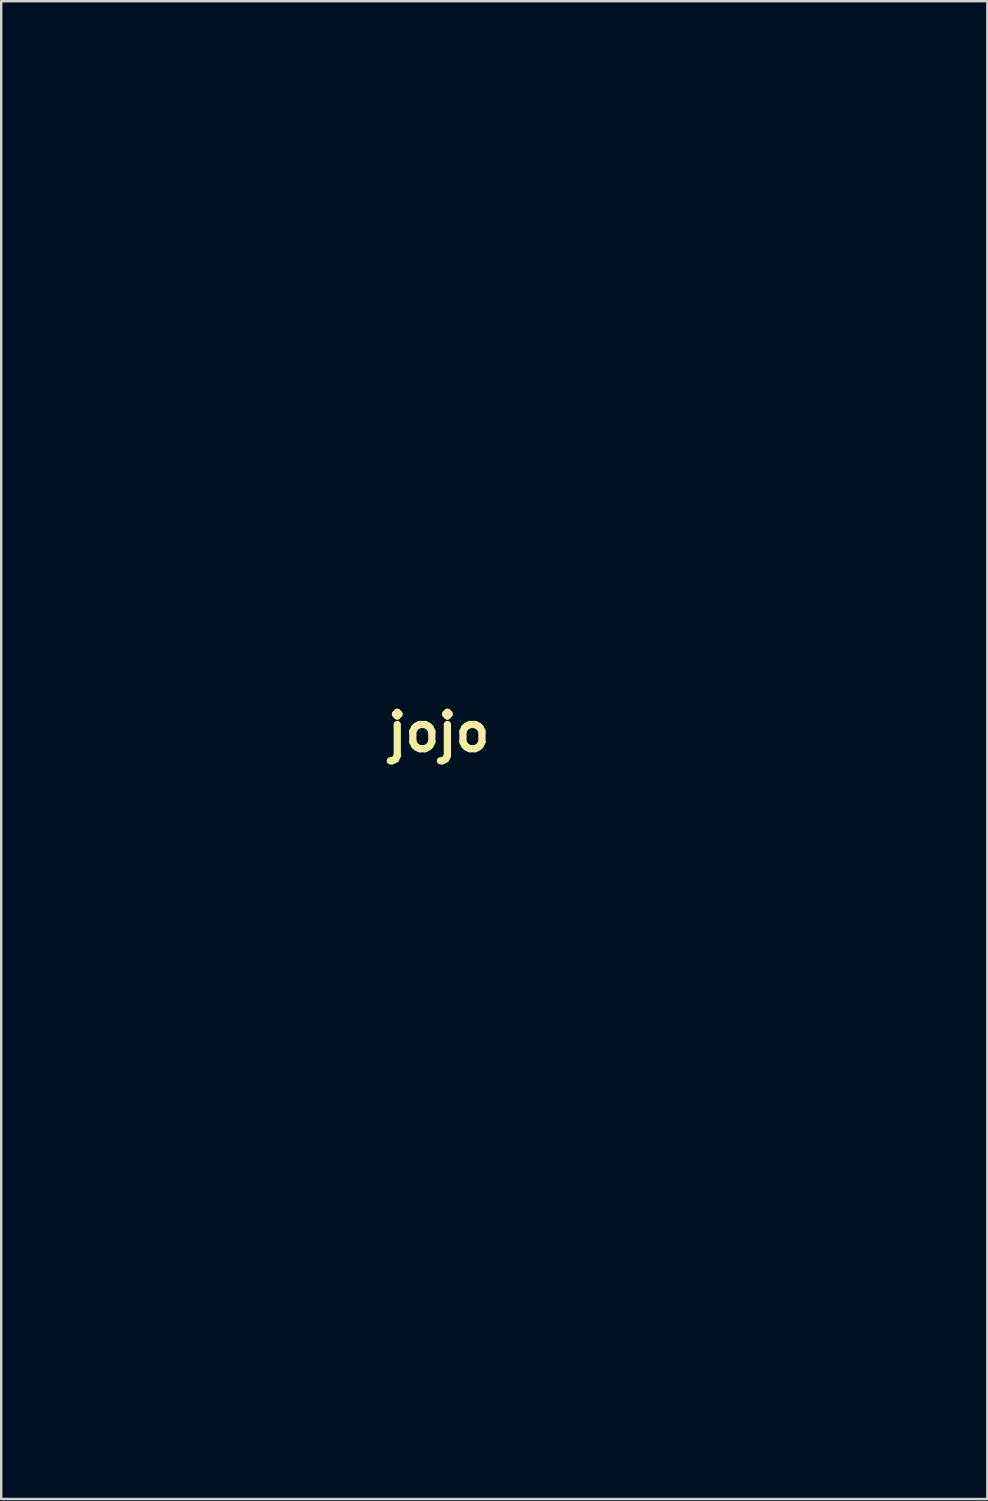
<source format=kicad_pcb>
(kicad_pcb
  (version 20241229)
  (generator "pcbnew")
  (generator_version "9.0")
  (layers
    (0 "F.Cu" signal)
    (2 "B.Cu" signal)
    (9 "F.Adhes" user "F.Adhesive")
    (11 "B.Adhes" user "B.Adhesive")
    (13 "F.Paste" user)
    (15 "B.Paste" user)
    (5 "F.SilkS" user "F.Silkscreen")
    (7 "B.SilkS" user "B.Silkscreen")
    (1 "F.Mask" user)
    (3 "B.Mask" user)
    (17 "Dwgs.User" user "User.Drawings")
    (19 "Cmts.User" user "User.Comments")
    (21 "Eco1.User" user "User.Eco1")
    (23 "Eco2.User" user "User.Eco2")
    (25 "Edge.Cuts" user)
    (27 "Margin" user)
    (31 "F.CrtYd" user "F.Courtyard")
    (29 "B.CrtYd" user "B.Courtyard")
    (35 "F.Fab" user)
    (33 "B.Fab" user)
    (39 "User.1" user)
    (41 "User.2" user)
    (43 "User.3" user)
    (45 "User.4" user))
  (footprint "jojo"
    (layer "F.Cu")
    (at 15.076 27.203)
    (property "Reference" "jojo" (at 0 0 0) (layer "F.SilkS") (effects (font (size 1.5 1.5) (thickness 0.3))))
    (attr board_only exclude_from_pos_files exclude_from_bom)
    (fp_poly (pts (xy 0.819 -9.013) (xy 0.819 -8.521) (xy -0.41 -8.521) (xy -1.639 -8.521) (xy -1.639 -9.013) (xy -1.639 -9.505) (xy -0.41 -9.505) (xy 0.819 -9.505)) (stroke (width 0) (type solid)) (fill yes) (layer "F.Mask"))
    (fp_poly (pts (xy -6.315 -9.427) (xy -6.23 -9.14) (xy -6.227 -9.013) (xy -6.279 -8.653) (xy -6.47 -8.526) (xy -6.555 -8.521) (xy -6.795 -8.599) (xy -6.879 -8.886) (xy -6.883 -9.013) (xy -6.831 -9.373) (xy -6.639 -9.499) (xy -6.555 -9.505)) (stroke (width 0) (type solid)) (fill yes) (layer "F.Mask"))
    (fp_poly (pts (xy 0.722 1.215) (xy 0.818 1.481) (xy 0.819 1.557) (xy 0.752 1.869) (xy 0.485 1.965) (xy 0.41 1.966) (xy 0.098 1.899) (xy 0.002 1.632) (xy 0 1.557) (xy 0.068 1.245) (xy 0.334 1.149) (xy 0.41 1.147)) (stroke (width 0) (type solid)) (fill yes) (layer "F.Mask"))
    (fp_poly (pts (xy 13.38 -27.192) (xy 13.649 -27.136) (xy 13.75 -26.998) (xy 13.765 -26.793) (xy 13.833 -26.481) (xy 14.099 -26.385) (xy 14.175 -26.383) (xy 14.468 -26.33) (xy 14.575 -26.105) (xy 14.585 -25.892) (xy 14.606 -25.589) (xy 14.729 -25.446) (xy 15.044 -25.403) (xy 15.322 -25.4) (xy 15.775 -25.386) (xy 15.99 -25.303) (xy 16.055 -25.094) (xy 16.059 -24.908) (xy 16.103 -24.557) (xy 16.291 -24.429) (xy 16.469 -24.417) (xy 16.879 -24.417) (xy 16.879 -22.45) (xy 16.879 -20.484) (xy 16.469 -20.484) (xy 16.059 -20.484) (xy 16.059 -17.452) (xy 16.058 -16.387) (xy 16.05 -15.606) (xy 16.032 -15.065) (xy 15.998 -14.719) (xy 15.943 -14.526) (xy 15.864 -14.441) (xy 15.754 -14.421) (xy 15.732 -14.421) (xy 15.475 -14.325) (xy 15.404 -14.011) (xy 15.336 -13.699) (xy 15.07 -13.603) (xy 14.994 -13.601) (xy 14.682 -13.534) (xy 14.586 -13.267) (xy 14.585 -13.192) (xy 14.517 -12.88) (xy 14.25 -12.784) (xy 14.175 -12.782) (xy 13.932 -12.755) (xy 13.81 -12.62) (xy 13.769 -12.291) (xy 13.765 -11.963) (xy 13.765 -11.143) (xy 12.454 -11.143) (xy 11.143 -11.143) (xy 11.143 -9.423) (xy 11.143 -7.702) (xy 10.652 -7.702) (xy 10.361 -7.684) (xy 10.215 -7.574) (xy 10.166 -7.287) (xy 10.16 -6.883) (xy 10.143 -6.391) (xy 10.07 -6.146) (xy 9.908 -6.067) (xy 9.832 -6.063) (xy 9.606 -5.999) (xy 9.515 -5.749) (xy 9.505 -5.49) (xy 9.505 -4.916) (xy 10.734 -4.916) (xy 11.963 -4.916) (xy 11.963 -5.49) (xy 11.993 -5.878) (xy 12.131 -6.036) (xy 12.372 -6.063) (xy 12.684 -6.131) (xy 12.78 -6.397) (xy 12.782 -6.473) (xy 12.835 -6.766) (xy 13.06 -6.873) (xy 13.274 -6.883) (xy 13.765 -6.883) (xy 13.765 -8.521) (xy 13.765 -10.16) (xy 14.175 -10.16) (xy 14.585 -10.16) (xy 14.585 -9.341) (xy 14.585 -8.521) (xy 15.322 -8.521) (xy 16.059 -8.521) (xy 16.059 -9.341) (xy 16.059 -10.16) (xy 16.879 -10.16) (xy 16.879 -9.668) (xy 16.919 -9.32) (xy 17.111 -9.192) (xy 17.37 -9.177) (xy 17.73 -9.125) (xy 17.857 -8.934) (xy 17.862 -8.849) (xy 17.939 -8.609) (xy 18.227 -8.525) (xy 18.354 -8.521) (xy 18.645 -8.539) (xy 18.79 -8.649) (xy 18.84 -8.936) (xy 18.845 -9.341) (xy 18.845 -10.16) (xy 17.862 -10.16) (xy 16.879 -10.16) (xy 16.059 -10.16) (xy 15.322 -10.16) (xy 14.585 -10.16) (xy 14.175 -10.16) (xy 14.468 -10.213) (xy 14.575 -10.438) (xy 14.585 -10.652) (xy 14.585 -11.143) (xy 16.715 -11.143) (xy 18.845 -11.143) (xy 18.845 -10.652) (xy 18.889 -10.3) (xy 19.077 -10.172) (xy 19.255 -10.16) (xy 19.665 -10.16) (xy 19.665 -7.538) (xy 19.665 -4.916) (xy 19.255 -4.916) (xy 18.934 -4.839) (xy 18.845 -4.588) (xy 18.768 -4.348) (xy 18.48 -4.264) (xy 18.354 -4.261) (xy 18.002 -4.217) (xy 17.874 -4.029) (xy 17.862 -3.851) (xy 17.839 -3.616) (xy 17.715 -3.494) (xy 17.411 -3.448) (xy 16.961 -3.441) (xy 16.444 -3.431) (xy 16.176 -3.374) (xy 16.074 -3.236) (xy 16.059 -3.032) (xy 15.983 -2.71) (xy 15.732 -2.622) (xy 15.475 -2.526) (xy 15.404 -2.212) (xy 15.377 -1.969) (xy 15.242 -1.848) (xy 14.913 -1.806) (xy 14.585 -1.803) (xy 14.098 -1.789) (xy 13.856 -1.722) (xy 13.773 -1.557) (xy 13.765 -1.393) (xy 13.712 -1.1) (xy 13.487 -0.993) (xy 13.274 -0.983) (xy 12.925 -0.943) (xy 12.797 -0.751) (xy 12.782 -0.492) (xy 12.764 -0.201) (xy 12.654 -0.055) (xy 12.367 -0.006) (xy 11.963 0) (xy 11.476 0.013) (xy 11.234 0.081) (xy 11.151 0.245) (xy 11.143 0.41) (xy 11.113 0.662) (xy 10.962 0.782) (xy 10.605 0.818) (xy 10.406 0.819) (xy 9.966 0.852) (xy 9.702 0.934) (xy 9.668 0.983) (xy 9.521 1.077) (xy 9.144 1.136) (xy 8.849 1.147) (xy 8.35 1.168) (xy 8.101 1.248) (xy 8.028 1.413) (xy 8.027 1.434) (xy 7.983 1.828) (xy 7.926 2.089) (xy 7.903 2.36) (xy 8.094 2.452) (xy 8.256 2.458) (xy 8.587 2.528) (xy 8.685 2.773) (xy 8.685 2.786) (xy 8.733 2.991) (xy 8.934 3.087) (xy 9.37 3.113) (xy 9.423 3.114) (xy 9.876 3.128) (xy 10.091 3.21) (xy 10.156 3.42) (xy 10.16 3.605) (xy 10.175 3.886) (xy 10.274 4.032) (xy 10.538 4.088) (xy 11.048 4.097) (xy 11.061 4.097) (xy 11.963 4.097) (xy 11.963 4.67) (xy 11.993 5.058) (xy 12.131 5.217) (xy 12.372 5.244) (xy 12.694 5.321) (xy 12.782 5.572) (xy 12.859 5.812) (xy 13.147 5.896) (xy 13.274 5.899) (xy 13.565 5.917) (xy 13.71 6.027) (xy 13.76 6.314) (xy 13.765 6.719) (xy 13.778 7.205) (xy 13.846 7.448) (xy 14.01 7.53) (xy 14.175 7.538) (xy 14.378 7.552) (xy 14.5 7.639) (xy 14.561 7.864) (xy 14.582 8.297) (xy 14.585 8.849) (xy 14.58 9.499) (xy 14.553 9.889) (xy 14.483 10.084) (xy 14.347 10.152) (xy 14.175 10.16) (xy 13.863 10.228) (xy 13.767 10.494) (xy 13.765 10.57) (xy 13.712 10.862) (xy 13.487 10.97) (xy 13.274 10.979) (xy 12.922 11.023) (xy 12.794 11.211) (xy 12.782 11.389) (xy 12.714 11.701) (xy 12.448 11.797) (xy 12.372 11.799) (xy 12.06 11.866) (xy 11.964 12.133) (xy 11.963 12.208) (xy 11.932 12.461) (xy 11.782 12.581) (xy 11.424 12.617) (xy 11.225 12.618) (xy 10.488 12.618) (xy 10.488 14.339) (xy 10.488 16.059) (xy 10.897 16.059) (xy 11.307 16.059) (xy 11.307 18.354) (xy 11.307 20.648) (xy 10.897 20.648) (xy 10.645 20.678) (xy 10.525 20.829) (xy 10.489 21.186) (xy 10.488 21.385) (xy 10.471 21.84) (xy 10.387 22.056) (xy 10.189 22.12) (xy 10.078 22.123) (xy 9.843 22.099) (xy 9.721 21.976) (xy 9.675 21.671) (xy 9.668 21.221) (xy 9.668 20.32) (xy 8.767 20.32) (xy 8.252 20.312) (xy 7.984 20.258) (xy 7.882 20.113) (xy 7.866 19.829) (xy 7.866 19.806) (xy 7.866 19.292) (xy 7.106 19.396) (xy 6.502 19.462) (xy 5.93 19.498) (xy 5.795 19.501) (xy 5.425 19.528) (xy 5.274 19.675) (xy 5.244 20.044) (xy 5.244 20.074) (xy 5.274 20.462) (xy 5.412 20.621) (xy 5.654 20.648) (xy 5.906 20.678) (xy 6.026 20.829) (xy 6.062 21.186) (xy 6.063 21.385) (xy 6.08 21.84) (xy 6.164 22.056) (xy 6.362 22.12) (xy 6.473 22.123) (xy 6.716 22.149) (xy 6.837 22.285) (xy 6.879 22.613) (xy 6.883 22.942) (xy 6.883 23.761) (xy 9.095 23.761) (xy 11.307 23.761) (xy 11.307 24.253) (xy 11.333 24.568) (xy 11.473 24.708) (xy 11.822 24.744) (xy 11.963 24.745) (xy 12.382 24.762) (xy 12.569 24.869) (xy 12.617 25.149) (xy 12.618 25.318) (xy 12.598 25.685) (xy 12.476 25.848) (xy 12.156 25.89) (xy 11.963 25.892) (xy 11.534 25.919) (xy 11.344 26.03) (xy 11.307 26.219) (xy 11.264 26.416) (xy 11.081 26.514) (xy 10.677 26.546) (xy 10.488 26.547) (xy 10.003 26.558) (xy 9.761 26.624) (xy 9.678 26.796) (xy 9.668 27.039) (xy 9.668 27.53) (xy 7.866 27.53) (xy 6.063 27.53) (xy 6.063 27.039) (xy 6.019 26.687) (xy 5.832 26.559) (xy 5.654 26.547) (xy 5.361 26.6) (xy 5.254 26.825) (xy 5.244 27.039) (xy 5.226 27.33) (xy 5.116 27.475) (xy 4.829 27.525) (xy 4.425 27.53) (xy 3.939 27.52) (xy 3.698 27.454) (xy 3.614 27.281) (xy 3.605 27.039) (xy 3.561 26.687) (xy 3.374 26.559) (xy 3.195 26.547) (xy 2.874 26.47) (xy 2.786 26.219) (xy 2.766 26.079) (xy 2.669 25.985) (xy 2.44 25.929) (xy 2.022 25.902) (xy 1.362 25.892) (xy 0.901 25.892) (xy -0.983 25.892) (xy -0.983 25.318) (xy 9.668 25.318) (xy 9.699 25.706) (xy 9.837 25.865) (xy 10.078 25.892) (xy 10.355 25.849) (xy 10.469 25.656) (xy 10.488 25.318) (xy 10.457 24.93) (xy 10.319 24.771) (xy 10.078 24.745) (xy 9.801 24.787) (xy 9.688 24.98) (xy 9.668 25.318) (xy -0.983 25.318) (xy -0.956 24.933) (xy -0.817 24.775) (xy -0.492 24.745) (xy -0.143 24.704) (xy -0.015 24.512) (xy 0 24.253) (xy 0.044 23.902) (xy 0.232 23.773) (xy 0.41 23.761) (xy 0.731 23.684) (xy 0.819 23.434) (xy 0.935 23.16) (xy 1.147 23.106) (xy 1.387 23.029) (xy 1.471 22.741) (xy 1.475 22.614) (xy 1.501 22.299) (xy 1.641 22.159) (xy 1.99 22.123) (xy 2.13 22.123) (xy 2.553 22.1) (xy 2.74 21.995) (xy 2.786 21.749) (xy 2.786 21.713) (xy 2.75 21.449) (xy 2.581 21.332) (xy 2.187 21.303) (xy 2.13 21.303) (xy 1.701 21.276) (xy 1.512 21.165) (xy 1.475 20.975) (xy 1.442 20.798) (xy 1.294 20.699) (xy 0.959 20.657) (xy 0.41 20.648) (xy -0.655 20.648) (xy -0.655 21.303) (xy -0.678 21.726) (xy -0.783 21.913) (xy -1.029 21.958) (xy -1.065 21.959) (xy -1.342 22.002) (xy -1.456 22.194) (xy -1.475 22.532) (xy -1.475 23.106) (xy -2.622 23.106) (xy -3.769 23.106) (xy -3.769 24.499) (xy -3.775 25.176) (xy -3.803 25.59) (xy -3.869 25.804) (xy -3.987 25.883) (xy -4.097 25.892) (xy -4.293 25.935) (xy -4.391 26.118) (xy -4.423 26.521) (xy -4.425 26.711) (xy -4.435 27.196) (xy -4.501 27.438) (xy -4.673 27.521) (xy -4.916 27.53) (xy -5.246 27.562) (xy -5.382 27.724) (xy -5.408 28.104) (xy -5.408 28.677) (xy -8.03 28.677) (xy -10.652 28.677) (xy -10.652 28.104) (xy -10.682 27.716) (xy -10.82 27.557) (xy -11.061 27.53) (xy -11.26 27.518) (xy -11.381 27.436) (xy -11.444 27.221) (xy -11.467 26.807) (xy -11.471 26.219) (xy -9.668 26.219) (xy -9.629 26.409) (xy -9.46 26.507) (xy -9.083 26.544) (xy -8.767 26.547) (xy -8.246 26.533) (xy -7.975 26.471) (xy -7.875 26.334) (xy -7.866 26.219) (xy -7.905 26.03) (xy -8.074 25.931) (xy -8.451 25.895) (xy -8.767 25.892) (xy -9.288 25.906) (xy -9.559 25.967) (xy -9.659 26.104) (xy -9.668 26.219) (xy -11.471 26.219) (xy -11.471 26.137) (xy -11.467 25.463) (xy -11.443 25.051) (xy -11.38 24.838) (xy -11.258 24.757) (xy -11.061 24.745) (xy -10.769 24.692) (xy -10.661 24.467) (xy -10.652 24.253) (xy -10.696 23.902) (xy -10.883 23.773) (xy -11.061 23.761) (xy -11.383 23.684) (xy -11.471 23.434) (xy -11.514 23.237) (xy -11.697 23.139) (xy -12.101 23.107) (xy -12.29 23.106) (xy -12.775 23.095) (xy -13.017 23.029) (xy -13.1 22.857) (xy -13.11 22.614) (xy -13.142 22.284) (xy -13.304 22.148) (xy -13.683 22.123) (xy -14.257 22.123) (xy -14.257 21.385) (xy -9.668 21.385) (xy -9.647 21.846) (xy -9.558 22.064) (xy -9.364 22.122) (xy -9.341 22.123) (xy -9.084 22.027) (xy -9.013 21.713) (xy -8.97 21.436) (xy -8.777 21.322) (xy -8.439 21.303) (xy -7.866 21.303) (xy -7.866 20.402) (xy -7.858 19.887) (xy -7.803 19.618) (xy -7.66 19.517) (xy -7.382 19.501) (xy -7.374 19.501) (xy -3.769 19.501) (xy -3.769 20.73) (xy -3.769 21.959) (xy -3.032 21.959) (xy -2.294 21.959) (xy -2.294 20.73) (xy -2.294 19.501) (xy -3.032 19.501) (xy -3.769 19.501) (xy -7.374 19.501) (xy -7.026 19.46) (xy -6.898 19.269) (xy -6.883 19.009) (xy -6.883 18.517) (xy -7.948 18.517) (xy -9.013 18.517) (xy -9.013 19.583) (xy -9.023 20.159) (xy -9.069 20.48) (xy -9.172 20.619) (xy -9.341 20.648) (xy -9.545 20.696) (xy -9.642 20.896) (xy -9.668 21.332) (xy -9.668 21.385) (xy -14.257 21.385) (xy -14.257 19.91) (xy -14.257 18.108) (xy -2.458 18.108) (xy -2.39 18.42) (xy -2.124 18.516) (xy -2.048 18.517) (xy -1.756 18.57) (xy -1.648 18.795) (xy -1.639 19.009) (xy -1.639 19.501) (xy -0.41 19.501) (xy 0.819 19.501) (xy 0.819 18.517) (xy 5.244 18.517) (xy 6.063 18.517) (xy 6.55 18.504) (xy 6.792 18.436) (xy 6.875 18.272) (xy 6.883 18.108) (xy 6.895 17.909) (xy 6.977 17.788) (xy 7.192 17.725) (xy 7.606 17.702) (xy 8.275 17.698) (xy 8.95 17.694) (xy 9.362 17.67) (xy 9.575 17.607) (xy 9.656 17.485) (xy 9.668 17.288) (xy 9.601 16.977) (xy 9.334 16.88) (xy 9.259 16.879) (xy 8.849 16.879) (xy 8.849 15.076) (xy 8.849 13.274) (xy 8.439 13.274) (xy 8.231 13.258) (xy 8.109 13.166) (xy 8.05 12.929) (xy 8.031 12.476) (xy 8.03 12.045) (xy 8.03 10.815) (xy 7.456 10.815) (xy 7.068 10.846) (xy 6.909 10.984) (xy 6.883 11.225) (xy 6.815 11.537) (xy 6.548 11.633) (xy 6.473 11.635) (xy 6.23 11.661) (xy 6.108 11.797) (xy 6.067 12.125) (xy 6.063 12.454) (xy 6.05 12.94) (xy 5.982 13.183) (xy 5.818 13.266) (xy 5.654 13.274) (xy 5.244 13.274) (xy 5.244 15.895) (xy 5.244 18.517) (xy 0.819 18.517) (xy 0.819 16.387) (xy 0.821 15.306) (xy 0.828 14.509) (xy 0.846 13.953) (xy 0.878 13.595) (xy 0.931 13.391) (xy 1.007 13.299) (xy 1.112 13.274) (xy 1.147 13.274) (xy 1.296 13.251) (xy 1.392 13.144) (xy 1.445 12.893) (xy 1.469 12.439) (xy 1.475 11.723) (xy 1.475 11.635) (xy 1.47 10.889) (xy 1.449 10.412) (xy 1.399 10.143) (xy 1.308 10.024) (xy 1.165 9.996) (xy 1.147 9.996) (xy 0.98 10.025) (xy 0.881 10.158) (xy 0.834 10.461) (xy 0.82 11.004) (xy 0.819 11.225) (xy 0.814 11.85) (xy 0.784 12.217) (xy 0.704 12.394) (xy 0.554 12.45) (xy 0.41 12.454) (xy 0.167 12.481) (xy 0.045 12.616) (xy 0.004 12.945) (xy 0 13.274) (xy -0.011 13.759) (xy -0.077 14) (xy -0.249 14.084) (xy -0.492 14.093) (xy -0.822 14.125) (xy -0.957 14.287) (xy -0.983 14.666) (xy -1.02 15.062) (xy -1.163 15.221) (xy -1.311 15.24) (xy -1.479 15.269) (xy -1.577 15.401) (xy -1.624 15.705) (xy -1.638 16.248) (xy -1.639 16.469) (xy -1.644 17.094) (xy -1.674 17.461) (xy -1.754 17.637) (xy -1.904 17.694) (xy -2.048 17.698) (xy -2.36 17.766) (xy -2.456 18.032) (xy -2.458 18.108) (xy -14.257 18.108) (xy -14.257 17.698) (xy -13.683 17.698) (xy -13.11 17.698) (xy -13.11 17.288) (xy -9.013 17.288) (xy -8.994 17.509) (xy -8.889 17.631) (xy -8.623 17.685) (xy -8.122 17.698) (xy -7.948 17.698) (xy -6.883 17.698) (xy -6.883 16.469) (xy -6.875 15.841) (xy -6.84 15.472) (xy -6.759 15.295) (xy -6.614 15.242) (xy -6.555 15.24) (xy -6.329 15.176) (xy -6.238 14.925) (xy -6.227 14.666) (xy -6.196 14.279) (xy -6.059 14.12) (xy -5.817 14.093) (xy -5.574 14.066) (xy -5.453 13.931) (xy -5.412 13.602) (xy -5.408 13.274) (xy -5.397 12.789) (xy -5.331 12.547) (xy -5.159 12.463) (xy -4.916 12.454) (xy -4.425 12.454) (xy -4.425 9.832) (xy -4.425 7.21) (xy -4.916 7.21) (xy -5.207 7.228) (xy -5.352 7.338) (xy -5.402 7.625) (xy -5.408 8.03) (xy -5.421 8.516) (xy -5.489 8.759) (xy -5.653 8.841) (xy -5.817 8.849) (xy -6.044 8.87) (xy -6.167 8.984) (xy -6.217 9.267) (xy -6.227 9.798) (xy -6.227 9.832) (xy -6.239 10.381) (xy -6.292 10.678) (xy -6.41 10.797) (xy -6.555 10.815) (xy -6.722 10.845) (xy -6.821 10.977) (xy -6.868 11.28) (xy -6.882 11.823) (xy -6.883 12.045) (xy -6.883 13.274) (xy -7.374 13.274) (xy -7.866 13.274) (xy -7.866 15.076) (xy -7.866 16.879) (xy -8.439 16.879) (xy -8.827 16.909) (xy -8.986 17.047) (xy -9.013 17.288) (xy -13.11 17.288) (xy -13.11 16.469) (xy -13.105 15.844) (xy -13.074 15.477) (xy -12.995 15.301) (xy -12.844 15.245) (xy -12.7 15.24) (xy -12.473 15.219) (xy -12.35 15.105) (xy -12.3 14.822) (xy -12.29 14.291) (xy -12.29 14.257) (xy -12.282 13.712) (xy -12.234 13.418) (xy -12.116 13.297) (xy -11.895 13.274) (xy -11.881 13.274) (xy -11.638 13.247) (xy -11.516 13.111) (xy -11.475 12.783) (xy -11.471 12.454) (xy -11.458 11.968) (xy -11.39 11.725) (xy -11.226 11.643) (xy -11.061 11.635) (xy -10.818 11.608) (xy -10.697 11.473) (xy -10.655 11.144) (xy -10.652 10.815) (xy -10.641 10.33) (xy -10.575 10.089) (xy -10.403 10.005) (xy -10.16 9.996) (xy -9.83 9.964) (xy -9.694 9.802) (xy -9.668 9.423) (xy -9.632 9.027) (xy -9.489 8.868) (xy -9.341 8.849) (xy -9.144 8.806) (xy -9.046 8.623) (xy -9.014 8.219) (xy -9.013 8.03) (xy -9.013 7.21) (xy -8.439 7.21) (xy -8.051 7.18) (xy -7.893 7.042) (xy -7.866 6.801) (xy -7.813 6.508) (xy -7.588 6.401) (xy -7.374 6.391) (xy -7.093 6.376) (xy -6.947 6.277) (xy -6.891 6.013) (xy -6.883 5.503) (xy -6.883 5.49) (xy -6.868 4.969) (xy -6.807 4.697) (xy -6.67 4.598) (xy -6.555 4.588) (xy -6.315 4.511) (xy -6.23 4.224) (xy -6.227 4.097) (xy -6.154 3.706) (xy -5.981 3.605) (xy -5.839 3.53) (xy -5.762 3.262) (xy -5.736 2.74) (xy -5.735 2.622) (xy -5.727 2.077) (xy -5.679 1.783) (xy -5.561 1.662) (xy -5.34 1.639) (xy -5.326 1.639) (xy -5.01 1.557) (xy -0.983 1.557) (xy -0.93 1.85) (xy -0.705 1.957) (xy -0.492 1.966) (xy -0.132 2.018) (xy -0.005 2.21) (xy 0 2.294) (xy 0.096 2.551) (xy 0.41 2.622) (xy 0.731 2.545) (xy 0.819 2.294) (xy 0.935 2.02) (xy 1.147 1.966) (xy 1.404 1.87) (xy 1.475 1.557) (xy 1.398 1.236) (xy 1.147 1.147) (xy 0.907 1.07) (xy 0.823 0.782) (xy 0.819 0.655) (xy 0.775 0.304) (xy 0.588 0.176) (xy 0.41 0.164) (xy 0.117 0.217) (xy 0.01 0.442) (xy 0 0.655) (xy -0.041 1.004) (xy -0.232 1.132) (xy -0.492 1.147) (xy -0.843 1.191) (xy -0.971 1.379) (xy -0.983 1.557) (xy -5.01 1.557) (xy -4.996 1.553) (xy -4.916 1.393) (xy -5.047 1.176) (xy -5.162 1.147) (xy -5.357 1.001) (xy -5.408 0.655) (xy -5.429 0.353) (xy -5.553 0.21) (xy -5.867 0.167) (xy -6.145 0.164) (xy -6.599 0.15) (xy -6.813 0.067) (xy -6.878 -0.142) (xy -6.883 -0.328) (xy -3.769 -0.328) (xy -3.743 -0.013) (xy -3.603 0.128) (xy -3.254 0.163) (xy -3.114 0.164) (xy -2.693 0.144) (xy -2.506 0.039) (xy -2.459 -0.222) (xy -2.458 -0.328) (xy -2.484 -0.643) (xy -2.624 -0.783) (xy -2.973 -0.819) (xy -3.114 -0.819) (xy -3.534 -0.8) (xy -3.721 -0.695) (xy -3.768 -0.433) (xy -3.769 -0.328) (xy -6.883 -0.328) (xy -6.923 -0.676) (xy -7.115 -0.804) (xy -7.374 -0.819) (xy -7.655 -0.834) (xy -7.802 -0.934) (xy -7.857 -1.198) (xy -7.858 -1.229) (xy 0 -1.229) (xy 0.031 -0.976) (xy 0.181 -0.856) (xy 0.539 -0.821) (xy 0.737 -0.819) (xy 1.191 -0.805) (xy 1.406 -0.723) (xy 1.471 -0.513) (xy 1.475 -0.328) (xy 1.501 -0.013) (xy 1.641 0.128) (xy 1.99 0.163) (xy 2.13 0.164) (xy 2.551 0.183) (xy 2.737 0.288) (xy 2.785 0.55) (xy 2.786 0.655) (xy 2.83 1.007) (xy 3.017 1.135) (xy 3.195 1.147) (xy 3.488 1.094) (xy 3.595 0.869) (xy 3.605 0.655) (xy 3.649 0.304) (xy 3.837 0.176) (xy 4.015 0.164) (xy 4.308 0.217) (xy 4.415 0.442) (xy 4.425 0.655) (xy 4.469 1.007) (xy 4.656 1.135) (xy 4.834 1.147) (xy 5.127 1.094) (xy 5.234 0.869) (xy 5.244 0.655) (xy 5.2 0.304) (xy 5.012 0.176) (xy 4.834 0.164) (xy 4.541 0.111) (xy 4.434 -0.114) (xy 4.425 -0.328) (xy 4.404 -0.492) (xy 10.488 -0.492) (xy 10.539 -0.132) (xy 10.731 -0.005) (xy 10.815 0) (xy 11.055 -0.077) (xy 11.14 -0.365) (xy 11.143 -0.492) (xy 11.092 -0.851) (xy 10.9 -0.978) (xy 10.815 -0.983) (xy 10.576 -0.906) (xy 10.491 -0.619) (xy 10.488 -0.492) (xy 4.404 -0.492) (xy 4.38 -0.679) (xy 4.193 -0.808) (xy 4.015 -0.819) (xy 3.722 -0.766) (xy 3.615 -0.542) (xy 3.605 -0.328) (xy 3.561 0.024) (xy 3.374 0.152) (xy 3.195 0.164) (xy 2.903 0.111) (xy 2.796 -0.114) (xy 2.786 -0.328) (xy 2.76 -0.643) (xy 2.62 -0.783) (xy 2.271 -0.819) (xy 2.13 -0.819) (xy 1.708 -0.842) (xy 1.52 -0.947) (xy 1.475 -1.193) (xy 1.475 -1.229) (xy 1.444 -1.482) (xy 1.294 -1.602) (xy 0.936 -1.637) (xy 0.737 -1.639) (xy 0.282 -1.622) (xy 0.067 -1.538) (xy 0.003 -1.34) (xy 0 -1.229) (xy -7.858 -1.229) (xy -7.866 -1.707) (xy -7.866 -1.721) (xy -7.866 -2.13) (xy 4.425 -2.13) (xy 4.469 -1.779) (xy 4.656 -1.65) (xy 4.834 -1.639) (xy 5.127 -1.692) (xy 5.234 -1.917) (xy 5.244 -2.13) (xy 5.2 -2.482) (xy 5.012 -2.61) (xy 4.834 -2.622) (xy 4.541 -2.569) (xy 4.434 -2.344) (xy 4.425 -2.13) (xy -7.866 -2.13) (xy -7.866 -2.622) (xy -8.767 -2.622) (xy -9.282 -2.614) (xy -9.551 -2.56) (xy -9.652 -2.416) (xy -9.668 -2.138) (xy -9.668 -2.13) (xy -9.668 -1.639) (xy -11.963 -1.639) (xy -14.257 -1.639) (xy -14.257 -2.13) (xy -14.301 -2.482) (xy -14.488 -2.61) (xy -14.666 -2.622) (xy -14.875 -2.637) (xy -14.997 -2.729) (xy -15.056 -2.967) (xy -15.075 -3.419) (xy -15.076 -3.769) (xy -4.425 -3.769) (xy -4.373 -3.409) (xy -4.181 -3.282) (xy -4.097 -3.277) (xy -3.857 -3.355) (xy -3.772 -3.642) (xy -3.769 -3.769) (xy -3.821 -4.129) (xy -4.012 -4.256) (xy -4.097 -4.261) (xy -4.337 -4.183) (xy -4.421 -3.896) (xy -4.425 -3.769) (xy -15.076 -3.769) (xy -15.076 -3.851) (xy -15.071 -4.476) (xy -15.055 -4.67) (xy -10.652 -4.67) (xy -10.599 -4.378) (xy -10.374 -4.27) (xy -10.16 -4.261) (xy -9.809 -4.305) (xy -9.68 -4.492) (xy -9.668 -4.67) (xy -9.721 -4.963) (xy -9.946 -5.07) (xy -10.16 -5.08) (xy -10.511 -5.036) (xy -10.64 -4.848) (xy -10.652 -4.67) (xy -15.055 -4.67) (xy -15.04 -4.843) (xy -14.961 -5.019) (xy -14.81 -5.075) (xy -14.666 -5.08) (xy -14.439 -5.101) (xy -14.317 -5.215) (xy -14.267 -5.498) (xy -14.257 -6.029) (xy -14.257 -6.063) (xy -14.257 -6.555) (xy -9.013 -6.555) (xy -8.981 -6.225) (xy -8.819 -6.089) (xy -8.439 -6.063) (xy -8.054 -6.091) (xy -7.896 -6.23) (xy -7.866 -6.555) (xy -4.425 -6.555) (xy -4.373 -6.195) (xy -4.181 -6.068) (xy -4.097 -6.063) (xy -3.857 -6.14) (xy -3.772 -6.428) (xy -3.769 -6.555) (xy -3.821 -6.915) (xy -4.012 -7.041) (xy -4.097 -7.046) (xy -4.337 -6.969) (xy -4.421 -6.682) (xy -4.425 -6.555) (xy -7.866 -6.555) (xy -7.898 -6.885) (xy -8.06 -7.021) (xy -8.439 -7.046) (xy -8.825 -7.019) (xy -8.983 -6.88) (xy -9.013 -6.555) (xy -14.257 -6.555) (xy -14.257 -7.046) (xy -13.683 -7.046) (xy -13.295 -7.077) (xy -13.137 -7.215) (xy -13.11 -7.456) (xy -13.042 -7.768) (xy -12.775 -7.864) (xy -12.7 -7.866) (xy -12.457 -7.892) (xy -12.336 -8.028) (xy -12.294 -8.356) (xy -12.29 -8.685) (xy -12.277 -9.171) (xy -12.209 -9.414) (xy -12.045 -9.497) (xy -11.881 -9.505) (xy -11.588 -9.557) (xy -11.481 -9.782) (xy -11.471 -9.996) (xy -11.427 -10.347) (xy -11.239 -10.476) (xy -11.061 -10.488) (xy -10.827 -10.511) (xy -10.704 -10.635) (xy -10.665 -10.897) (xy -9.668 -10.897) (xy -9.662 -10.22) (xy -9.634 -9.806) (xy -9.568 -9.592) (xy -9.45 -9.513) (xy -9.341 -9.505) (xy -9.101 -9.427) (xy -9.016 -9.14) (xy -9.013 -9.013) (xy -9.013 -8.521) (xy -7.948 -8.521) (xy -7.371 -8.511) (xy -7.05 -8.466) (xy -6.911 -8.363) (xy -6.883 -8.194) (xy -6.834 -7.989) (xy -6.634 -7.892) (xy -6.198 -7.866) (xy -6.145 -7.866) (xy -5.408 -7.866) (xy -5.408 -8.685) (xy -5.421 -9.171) (xy -5.489 -9.414) (xy -5.653 -9.497) (xy -5.817 -9.505) (xy -6.016 -9.517) (xy -6.137 -9.599) (xy -6.2 -9.814) (xy -6.223 -10.228) (xy -6.227 -10.897) (xy -6.223 -11.572) (xy -6.199 -11.984) (xy -6.136 -12.197) (xy -6.014 -12.278) (xy -5.817 -12.29) (xy -5.525 -12.237) (xy -5.418 -12.012) (xy -5.408 -11.799) (xy -5.367 -11.45) (xy -5.176 -11.322) (xy -4.916 -11.307) (xy -4.568 -11.348) (xy -4.44 -11.539) (xy -4.425 -11.799) (xy -4.465 -12.147) (xy -4.657 -12.275) (xy -4.916 -12.29) (xy -3.769 -12.29) (xy -3.769 -10.897) (xy -3.769 -9.505) (xy -3.114 -9.505) (xy -2.693 -9.485) (xy -2.506 -9.38) (xy -2.459 -9.118) (xy -2.458 -9.013) (xy -2.414 -8.662) (xy -2.227 -8.533) (xy -2.048 -8.521) (xy -1.727 -8.444) (xy -1.639 -8.194) (xy -1.735 -7.937) (xy -2.048 -7.866) (xy -2.36 -7.798) (xy -2.456 -7.532) (xy -2.458 -7.456) (xy -2.39 -7.144) (xy -2.124 -7.048) (xy -2.048 -7.046) (xy -1.756 -6.994) (xy -1.648 -6.769) (xy -1.639 -6.555) (xy -1.683 -6.203) (xy -1.87 -6.075) (xy -2.048 -6.063) (xy -2.283 -6.04) (xy -2.405 -5.916) (xy -2.451 -5.612) (xy -2.458 -5.162) (xy -2.447 -4.646) (xy -2.391 -4.377) (xy -2.253 -4.275) (xy -2.048 -4.261) (xy -1.756 -4.208) (xy -1.648 -3.983) (xy -1.639 -3.769) (xy -1.639 -3.277) (xy -0.082 -3.277) (xy 1.475 -3.277) (xy 1.475 -3.769) (xy 1.423 -4.129) (xy 1.232 -4.256) (xy 1.147 -4.261) (xy 0.89 -4.357) (xy 0.819 -4.67) (xy 0.896 -4.992) (xy 1.147 -5.08) (xy 1.387 -5.157) (xy 1.471 -5.445) (xy 1.475 -5.572) (xy 1.423 -5.931) (xy 1.232 -6.058) (xy 1.147 -6.063) (xy 0.907 -5.986) (xy 0.823 -5.699) (xy 0.819 -5.572) (xy 0.819 -5.08) (xy -0.41 -5.08) (xy -1.639 -5.08) (xy -1.639 -5.572) (xy -1.621 -5.863) (xy -1.511 -6.008) (xy -1.224 -6.058) (xy -0.819 -6.063) (xy -0.334 -6.074) (xy -0.092 -6.14) (xy -0.009 -6.312) (xy 0 -6.555) (xy -0.018 -6.846) (xy -0.128 -6.991) (xy -0.415 -7.041) (xy -0.819 -7.046) (xy 2.786 -7.046) (xy 2.786 -4.834) (xy 2.786 -2.622) (xy 3.195 -2.622) (xy 3.605 -2.622) (xy 3.605 -3.193) (xy 9.632 -3.193) (xy 9.634 -2.765) (xy 9.643 -2.622) (xy 9.7 -1.803) (xy 11.733 -1.803) (xy 13.765 -1.803) (xy 13.765 -2.622) (xy 13.754 -3.107) (xy 13.688 -3.349) (xy 13.516 -3.432) (xy 13.274 -3.441) (xy 12.922 -3.485) (xy 12.794 -3.673) (xy 12.782 -3.851) (xy 12.768 -4.054) (xy 12.681 -4.176) (xy 12.456 -4.237) (xy 12.023 -4.258) (xy 11.471 -4.261) (xy 10.821 -4.256) (xy 10.431 -4.229) (xy 10.236 -4.159) (xy 10.168 -4.024) (xy 10.16 -3.851) (xy 10.074 -3.52) (xy 9.873 -3.441) (xy 9.704 -3.392) (xy 9.632 -3.193) (xy 3.605 -3.193) (xy 3.605 -4.179) (xy 4.425 -4.179) (xy 4.435 -3.663) (xy 4.491 -3.394) (xy 4.63 -3.292) (xy 4.834 -3.277) (xy 5.069 -3.301) (xy 5.191 -3.424) (xy 5.237 -3.729) (xy 5.244 -4.179) (xy 5.252 -4.588) (xy 16.879 -4.588) (xy 16.956 -4.348) (xy 17.243 -4.264) (xy 17.37 -4.261) (xy 17.73 -4.312) (xy 17.857 -4.504) (xy 17.862 -4.588) (xy 17.939 -4.828) (xy 18.227 -4.913) (xy 18.354 -4.916) (xy 18.684 -4.948) (xy 18.819 -5.11) (xy 18.845 -5.49) (xy 18.818 -5.875) (xy 18.679 -6.033) (xy 18.354 -6.063) (xy 18.002 -6.107) (xy 17.874 -6.295) (xy 17.862 -6.473) (xy 17.915 -6.766) (xy 18.14 -6.873) (xy 18.354 -6.883) (xy 18.705 -6.927) (xy 18.833 -7.114) (xy 18.845 -7.292) (xy 18.792 -7.585) (xy 18.567 -7.692) (xy 18.354 -7.702) (xy 18.002 -7.658) (xy 17.874 -7.47) (xy 17.862 -7.292) (xy 17.809 -6.999) (xy 17.584 -6.892) (xy 17.37 -6.883) (xy 17.019 -6.838) (xy 16.89 -6.651) (xy 16.879 -6.473) (xy 16.932 -6.18) (xy 17.157 -6.073) (xy 17.37 -6.063) (xy 17.701 -6.031) (xy 17.836 -5.869) (xy 17.862 -5.49) (xy 17.835 -5.104) (xy 17.696 -4.946) (xy 17.37 -4.916) (xy 17.01 -4.865) (xy 16.884 -4.673) (xy 16.879 -4.588) (xy 5.252 -4.588) (xy 5.255 -4.695) (xy 5.311 -4.964) (xy 5.449 -5.065) (xy 5.654 -5.08) (xy 5.881 -5.101) (xy 6.003 -5.215) (xy 6.053 -5.498) (xy 6.063 -6.029) (xy 6.063 -6.063) (xy 6.055 -6.608) (xy 6.007 -6.902) (xy 5.889 -7.023) (xy 5.668 -7.046) (xy 5.654 -7.046) (xy 5.426 -7.026) (xy 5.304 -6.912) (xy 5.254 -6.628) (xy 5.244 -6.098) (xy 5.244 -6.063) (xy 5.235 -5.518) (xy 5.188 -5.224) (xy 5.07 -5.104) (xy 4.849 -5.08) (xy 4.834 -5.08) (xy 4.6 -5.057) (xy 4.477 -4.933) (xy 4.431 -4.629) (xy 4.425 -4.179) (xy 3.605 -4.179) (xy 3.605 -4.834) (xy 3.605 -7.046) (xy 3.195 -7.046) (xy 2.786 -7.046) (xy -0.819 -7.046) (xy -1.306 -7.06) (xy -1.548 -7.128) (xy -1.631 -7.292) (xy -1.639 -7.456) (xy -1.623 -7.665) (xy -1.531 -7.787) (xy -1.294 -7.846) (xy -0.841 -7.864) (xy -0.41 -7.866) (xy 0.219 -7.874) (xy 0.587 -7.909) (xy 0.764 -7.99) (xy 0.817 -8.135) (xy 0.819 -8.194) (xy 0.935 -8.467) (xy 1.147 -8.521) (xy 1.33 -8.557) (xy 1.429 -8.715) (xy 1.463 -9.013) (xy 2.786 -9.013) (xy 2.83 -8.662) (xy 3.017 -8.533) (xy 3.195 -8.521) (xy 3.488 -8.574) (xy 3.595 -8.799) (xy 3.605 -9.013) (xy 3.649 -9.364) (xy 3.837 -9.493) (xy 4.015 -9.505) (xy 4.258 -9.478) (xy 4.379 -9.342) (xy 4.421 -9.014) (xy 4.425 -8.685) (xy 4.438 -8.199) (xy 4.506 -7.956) (xy 4.67 -7.874) (xy 4.834 -7.866) (xy 5.077 -7.892) (xy 5.199 -8.028) (xy 5.24 -8.356) (xy 5.244 -8.685) (xy 5.257 -9.171) (xy 5.325 -9.414) (xy 5.489 -9.497) (xy 5.654 -9.505) (xy 5.962 -9.448) (xy 6.063 -9.341) (xy 6.217 -9.259) (xy 6.635 -9.202) (xy 7.257 -9.177) (xy 7.374 -9.177) (xy 8.685 -9.177) (xy 8.685 -9.668) (xy 8.641 -10.02) (xy 8.454 -10.148) (xy 8.275 -10.16) (xy 7.983 -10.213) (xy 7.876 -10.438) (xy 7.866 -10.652) (xy 7.834 -10.982) (xy 7.672 -11.117) (xy 7.292 -11.143) (xy 6.907 -11.116) (xy 6.749 -10.977) (xy 6.719 -10.652) (xy 6.697 -10.349) (xy 6.574 -10.206) (xy 6.259 -10.163) (xy 5.981 -10.16) (xy 5.52 -10.139) (xy 5.303 -10.05) (xy 5.244 -9.856) (xy 5.244 -9.832) (xy 5.148 -9.575) (xy 4.834 -9.505) (xy 4.541 -9.557) (xy 4.434 -9.782) (xy 4.425 -9.996) (xy 4.38 -10.347) (xy 4.193 -10.476) (xy 4.015 -10.488) (xy 3.722 -10.435) (xy 3.615 -10.21) (xy 3.605 -9.996) (xy 3.561 -9.645) (xy 3.374 -9.516) (xy 3.195 -9.505) (xy 2.903 -9.452) (xy 2.796 -9.227) (xy 2.786 -9.013) (xy 1.463 -9.013) (xy 1.469 -9.069) (xy 1.475 -9.505) (xy 1.475 -10.488) (xy 0.737 -10.488) (xy 0.282 -10.505) (xy 0.067 -10.588) (xy 0.003 -10.787) (xy 0 -10.897) (xy -0.053 -11.19) (xy -0.278 -11.297) (xy -0.492 -11.307) (xy -0.843 -11.263) (xy -0.971 -11.076) (xy -0.983 -10.897) (xy -1.06 -10.576) (xy -1.311 -10.488) (xy -1.568 -10.584) (xy -1.639 -10.897) (xy -1.706 -11.209) (xy -1.973 -11.305) (xy -2.048 -11.307) (xy -2.341 -11.36) (xy -2.448 -11.585) (xy -2.451 -11.646) (xy 3.605 -11.646) (xy 3.664 -11.447) (xy 3.874 -11.313) (xy 4.288 -11.229) (xy 4.958 -11.18) (xy 5.285 -11.168) (xy 5.755 -11.167) (xy 5.984 -11.232) (xy 6.058 -11.405) (xy 6.063 -11.553) (xy 6.048 -11.761) (xy 5.956 -11.883) (xy 5.718 -11.942) (xy 5.266 -11.961) (xy 4.834 -11.963) (xy 4.205 -11.954) (xy 3.835 -11.918) (xy 3.658 -11.837) (xy 3.607 -11.692) (xy 3.605 -11.646) (xy -2.451 -11.646) (xy -2.458 -11.799) (xy -2.484 -12.114) (xy -2.624 -12.254) (xy -2.973 -12.29) (xy -3.114 -12.29) (xy -3.769 -12.29) (xy -4.916 -12.29) (xy -5.267 -12.334) (xy -5.396 -12.522) (xy -5.408 -12.7) (xy -5.381 -12.943) (xy -5.246 -13.064) (xy -4.917 -13.106) (xy -4.588 -13.11) (xy -4.102 -13.123) (xy -3.86 -13.191) (xy -3.859 -13.192) (xy 3.605 -13.192) (xy 3.632 -12.948) (xy 3.767 -12.827) (xy 4.096 -12.786) (xy 4.425 -12.782) (xy 4.911 -12.795) (xy 5.153 -12.863) (xy 5.236 -13.027) (xy 5.244 -13.192) (xy 6.063 -13.192) (xy 6.14 -12.87) (xy 6.391 -12.782) (xy 6.648 -12.686) (xy 6.719 -12.372) (xy 6.74 -12.145) (xy 6.853 -12.023) (xy 7.137 -11.972) (xy 7.667 -11.963) (xy 7.702 -11.963) (xy 8.247 -11.954) (xy 8.541 -11.907) (xy 8.661 -11.788) (xy 8.685 -11.567) (xy 8.685 -11.553) (xy 8.753 -11.241) (xy 9.019 -11.145) (xy 9.095 -11.143) (xy 9.298 -11.129) (xy 9.42 -11.043) (xy 9.481 -10.817) (xy 9.502 -10.385) (xy 9.505 -9.832) (xy 9.505 -8.521) (xy 8.194 -8.521) (xy 7.543 -8.517) (xy 7.154 -8.49) (xy 6.959 -8.419) (xy 6.891 -8.284) (xy 6.883 -8.112) (xy 6.897 -7.908) (xy 6.983 -7.787) (xy 7.209 -7.726) (xy 7.641 -7.704) (xy 8.194 -7.702) (xy 8.844 -7.706) (xy 9.233 -7.733) (xy 9.428 -7.804) (xy 9.497 -7.939) (xy 9.505 -8.112) (xy 9.581 -8.433) (xy 9.832 -8.521) (xy 9.996 -8.549) (xy 10.093 -8.675) (xy 10.142 -8.965) (xy 10.159 -9.487) (xy 10.16 -9.832) (xy 10.153 -10.485) (xy 10.122 -10.877) (xy 10.049 -11.073) (xy 9.919 -11.138) (xy 9.832 -11.143) (xy 9.575 -11.239) (xy 9.505 -11.553) (xy 9.437 -11.865) (xy 9.17 -11.961) (xy 9.095 -11.963) (xy 8.783 -12.03) (xy 8.687 -12.297) (xy 8.685 -12.372) (xy 8.664 -12.599) (xy 8.551 -12.722) (xy 8.267 -12.772) (xy 7.736 -12.782) (xy 7.702 -12.782) (xy 7.157 -12.791) (xy 6.863 -12.838) (xy 6.742 -12.956) (xy 6.719 -13.177) (xy 6.719 -13.192) (xy 6.642 -13.513) (xy 6.391 -13.601) (xy 10.16 -13.601) (xy 10.171 -13.116) (xy 10.237 -12.874) (xy 10.409 -12.791) (xy 10.652 -12.782) (xy 11.003 -12.738) (xy 11.131 -12.55) (xy 11.143 -12.372) (xy 11.17 -12.129) (xy 11.305 -12.008) (xy 11.634 -11.966) (xy 11.963 -11.963) (xy 12.449 -11.976) (xy 12.691 -12.044) (xy 12.774 -12.208) (xy 12.782 -12.372) (xy 12.755 -12.615) (xy 12.62 -12.737) (xy 12.291 -12.778) (xy 11.963 -12.782) (xy 11.476 -12.795) (xy 11.234 -12.863) (xy 11.151 -13.027) (xy 11.143 -13.192) (xy 11.143 -13.601) (xy 12.864 -13.601) (xy 14.585 -13.601) (xy 14.585 -14.339) (xy 14.568 -14.794) (xy 14.484 -15.009) (xy 14.285 -15.073) (xy 14.175 -15.076) (xy 13.854 -14.999) (xy 13.765 -14.748) (xy 13.744 -14.605) (xy 13.644 -14.511) (xy 13.409 -14.456) (xy 12.98 -14.429) (xy 12.302 -14.421) (xy 11.963 -14.421) (xy 10.16 -14.421) (xy 10.16 -13.601) (xy 6.391 -13.601) (xy 6.134 -13.505) (xy 6.063 -13.192) (xy 5.244 -13.192) (xy 5.217 -13.435) (xy 5.082 -13.556) (xy 4.753 -13.597) (xy 4.425 -13.601) (xy 3.938 -13.588) (xy 3.696 -13.52) (xy 3.613 -13.356) (xy 3.605 -13.192) (xy -3.859 -13.192) (xy -3.777 -13.355) (xy -3.769 -13.519) (xy -3.784 -13.728) (xy -3.876 -13.85) (xy -4.114 -13.909) (xy -4.566 -13.928) (xy -4.998 -13.929) (xy -5.623 -13.924) (xy -5.99 -13.893) (xy -6.166 -13.814) (xy -6.223 -13.663) (xy -6.227 -13.519) (xy -6.254 -13.276) (xy -6.389 -13.155) (xy -6.718 -13.114) (xy -7.046 -13.11) (xy -7.533 -13.096) (xy -7.775 -13.029) (xy -7.858 -12.864) (xy -7.866 -12.7) (xy -7.889 -12.465) (xy -8.013 -12.343) (xy -8.317 -12.297) (xy -8.767 -12.29) (xy -9.668 -12.29) (xy -9.668 -10.897) (xy -10.665 -10.897) (xy -10.658 -10.939) (xy -10.652 -11.389) (xy -10.643 -11.904) (xy -10.589 -12.172) (xy -10.445 -12.274) (xy -10.168 -12.29) (xy -10.16 -12.29) (xy -9.809 -12.334) (xy -9.68 -12.522) (xy -9.668 -12.7) (xy -9.645 -12.935) (xy -9.521 -13.057) (xy -9.217 -13.103) (xy -8.767 -13.11) (xy -8.251 -13.12) (xy -7.982 -13.177) (xy -7.881 -13.315) (xy -7.866 -13.519) (xy -7.813 -13.812) (xy -7.588 -13.919) (xy -7.374 -13.929) (xy -6.883 -13.929) (xy -6.883 -14.912) (xy -6.883 -15.895) (xy -7.374 -15.895) (xy -7.726 -15.94) (xy -7.854 -16.127) (xy -7.866 -16.305) (xy -6.883 -16.305) (xy -6.806 -15.984) (xy -6.555 -15.895) (xy -6.298 -15.992) (xy -6.227 -16.305) (xy -5.408 -16.305) (xy -5.355 -16.012) (xy -5.13 -15.905) (xy -4.916 -15.895) (xy -4.586 -15.864) (xy -4.45 -15.701) (xy -4.425 -15.322) (xy -4.388 -14.927) (xy -4.245 -14.767) (xy -4.097 -14.748) (xy -3.871 -14.813) (xy -3.78 -15.063) (xy -3.769 -15.322) (xy -3.806 -15.717) (xy -3.949 -15.877) (xy -4.097 -15.895) (xy -1.639 -15.895) (xy -1.639 -15.322) (xy -1.639 -14.748) (xy -0.819 -14.748) (xy 0 -14.748) (xy 0 -15.322) (xy 0 -15.895) (xy -0.819 -15.895) (xy -1.639 -15.895) (xy -4.097 -15.895) (xy -4.354 -15.992) (xy -4.388 -16.141) (xy 0.819 -16.141) (xy 0.825 -15.464) (xy 0.854 -15.05) (xy 0.919 -14.836) (xy 1.038 -14.757) (xy 1.147 -14.748) (xy 1.373 -14.813) (xy 1.464 -15.063) (xy 1.475 -15.322) (xy 1.493 -15.65) (xy 3.605 -15.65) (xy 3.636 -15.262) (xy 3.774 -15.103) (xy 4.015 -15.076) (xy 4.292 -15.119) (xy 4.405 -15.312) (xy 4.425 -15.65) (xy 4.455 -16.038) (xy 4.474 -16.059) (xy 9.505 -16.059) (xy 9.516 -15.51) (xy 9.569 -15.213) (xy 9.687 -15.094) (xy 9.832 -15.076) (xy 10.015 -15.112) (xy 10.114 -15.27) (xy 10.154 -15.624) (xy 10.154 -15.65) (xy 11.963 -15.65) (xy 11.993 -15.262) (xy 12.131 -15.103) (xy 12.372 -15.076) (xy 12.649 -15.119) (xy 12.763 -15.312) (xy 12.782 -15.65) (xy 12.751 -16.038) (xy 12.614 -16.196) (xy 12.372 -16.223) (xy 12.095 -16.18) (xy 11.982 -15.988) (xy 11.963 -15.65) (xy 10.154 -15.65) (xy 10.16 -16.059) (xy 10.148 -16.609) (xy 10.096 -16.905) (xy 9.977 -17.025) (xy 9.832 -17.043) (xy 9.649 -17.007) (xy 9.55 -16.849) (xy 9.511 -16.495) (xy 9.505 -16.059) (xy 4.474 -16.059) (xy 4.593 -16.196) (xy 4.834 -16.223) (xy 5.146 -16.291) (xy 5.242 -16.557) (xy 5.244 -16.633) (xy 5.312 -16.945) (xy 5.578 -17.041) (xy 5.654 -17.043) (xy 5.965 -17.11) (xy 6.061 -17.377) (xy 6.063 -17.452) (xy 6.087 -17.687) (xy 6.21 -17.809) (xy 6.514 -17.855) (xy 6.965 -17.862) (xy 7.485 -17.876) (xy 7.757 -17.938) (xy 7.856 -18.075) (xy 7.866 -18.19) (xy 7.827 -18.379) (xy 7.658 -18.478) (xy 7.281 -18.514) (xy 6.965 -18.517) (xy 6.444 -18.503) (xy 6.172 -18.442) (xy 6.073 -18.305) (xy 6.063 -18.19) (xy 5.967 -17.933) (xy 5.654 -17.862) (xy 5.342 -17.794) (xy 5.246 -17.528) (xy 5.244 -17.452) (xy 5.176 -17.14) (xy 4.91 -17.044) (xy 4.834 -17.043) (xy 4.522 -16.975) (xy 4.426 -16.708) (xy 4.425 -16.633) (xy 4.357 -16.321) (xy 4.09 -16.225) (xy 4.015 -16.223) (xy 3.738 -16.18) (xy 3.624 -15.988) (xy 3.605 -15.65) (xy 1.493 -15.65) (xy 1.495 -15.689) (xy 1.617 -15.852) (xy 1.937 -15.894) (xy 2.13 -15.895) (xy 2.786 -15.895) (xy 2.786 -17.125) (xy 2.786 -18.354) (xy 2.13 -18.354) (xy 1.708 -18.331) (xy 1.52 -18.226) (xy 1.475 -17.98) (xy 1.475 -17.944) (xy 1.398 -17.623) (xy 1.147 -17.534) (xy 0.988 -17.508) (xy 0.89 -17.388) (xy 0.84 -17.109) (xy 0.821 -16.607) (xy 0.819 -16.141) (xy -4.388 -16.141) (xy -4.425 -16.305) (xy -4.477 -16.598) (xy -4.702 -16.705) (xy -4.916 -16.715) (xy -5.267 -16.671) (xy -5.396 -16.483) (xy -5.408 -16.305) (xy -6.227 -16.305) (xy -6.304 -16.626) (xy -6.555 -16.715) (xy -6.812 -16.619) (xy -6.883 -16.305) (xy -7.866 -16.305) (xy -7.813 -16.598) (xy -7.588 -16.705) (xy -7.374 -16.715) (xy -7.023 -16.759) (xy -6.894 -16.946) (xy -6.883 -17.125) (xy -6.935 -17.417) (xy -7.16 -17.524) (xy -7.374 -17.534) (xy -7.726 -17.578) (xy -7.854 -17.766) (xy -7.866 -17.944) (xy -7.813 -18.237) (xy -7.588 -18.344) (xy -7.374 -18.354) (xy -7.023 -18.309) (xy -6.894 -18.122) (xy -6.883 -17.944) (xy -6.806 -17.623) (xy -6.555 -17.534) (xy -6.387 -17.563) (xy -6.289 -17.696) (xy -6.242 -17.999) (xy -6.228 -18.542) (xy -6.227 -18.763) (xy -6.222 -19.388) (xy -6.191 -19.755) (xy -6.112 -19.932) (xy -5.961 -19.988) (xy -5.817 -19.992) (xy -5.553 -20.028) (xy -5.436 -20.197) (xy -5.433 -20.238) (xy 1.475 -20.238) (xy 1.583 -20.067) (xy 1.942 -19.997) (xy 2.13 -19.992) (xy 2.559 -19.965) (xy 2.749 -19.854) (xy 2.786 -19.665) (xy 2.882 -19.408) (xy 3.195 -19.337) (xy 4.425 -19.337) (xy 5.572 -19.337) (xy 6.719 -19.337) (xy 9.505 -19.337) (xy 9.505 -18.927) (xy 9.581 -18.606) (xy 9.832 -18.517) (xy 10.106 -18.402) (xy 10.16 -18.19) (xy 10.181 -18.046) (xy 10.281 -17.952) (xy 10.517 -17.897) (xy 10.945 -17.87) (xy 11.623 -17.862) (xy 11.963 -17.862) (xy 13.765 -17.862) (xy 13.765 -18.599) (xy 14.585 -18.599) (xy 14.601 -18.144) (xy 14.685 -17.929) (xy 14.884 -17.865) (xy 14.994 -17.862) (xy 15.247 -17.892) (xy 15.367 -18.043) (xy 15.402 -18.4) (xy 15.404 -18.599) (xy 15.387 -19.054) (xy 15.303 -19.27) (xy 15.105 -19.334) (xy 14.994 -19.337) (xy 14.741 -19.306) (xy 14.622 -19.156) (xy 14.586 -18.798) (xy 14.585 -18.599) (xy 13.765 -18.599) (xy 13.765 -19.337) (xy 11.635 -19.337) (xy 9.505 -19.337) (xy 6.719 -19.337) (xy 6.719 -19.91) (xy 6.719 -20.484) (xy 8.112 -20.484) (xy 8.786 -20.488) (xy 9.198 -20.512) (xy 9.411 -20.575) (xy 9.492 -20.697) (xy 9.505 -20.894) (xy 9.581 -21.215) (xy 9.832 -21.303) (xy 10.089 -21.207) (xy 10.16 -20.894) (xy 10.213 -20.601) (xy 10.438 -20.494) (xy 10.652 -20.484) (xy 11.003 -20.528) (xy 11.131 -20.715) (xy 11.143 -20.894) (xy 11.09 -21.186) (xy 10.865 -21.293) (xy 10.652 -21.303) (xy 10.3 -21.347) (xy 10.172 -21.535) (xy 10.16 -21.713) (xy 10.129 -21.966) (xy 9.979 -22.085) (xy 9.621 -22.121) (xy 9.423 -22.123) (xy 8.968 -22.106) (xy 8.752 -22.022) (xy 8.688 -21.823) (xy 8.685 -21.713) (xy 8.671 -21.51) (xy 8.585 -21.388) (xy 8.359 -21.327) (xy 7.927 -21.306) (xy 7.374 -21.303) (xy 6.724 -21.299) (xy 6.335 -21.272) (xy 6.139 -21.201) (xy 6.071 -21.066) (xy 6.063 -20.894) (xy 6.037 -20.65) (xy 5.901 -20.529) (xy 5.573 -20.488) (xy 5.244 -20.484) (xy 4.425 -20.484) (xy 4.425 -19.91) (xy 4.425 -19.337) (xy 3.195 -19.337) (xy 3.473 -19.38) (xy 3.586 -19.572) (xy 3.605 -19.91) (xy 3.605 -20.484) (xy 2.54 -20.484) (xy 1.943 -20.467) (xy 1.61 -20.409) (xy 1.483 -20.294) (xy 1.475 -20.238) (xy -5.433 -20.238) (xy -5.408 -20.591) (xy -5.408 -20.648) (xy -5.408 -21.303) (xy -2.622 -21.303) (xy 0.164 -21.303) (xy 0.164 -21.713) (xy 0.096 -22.025) (xy -0.17 -22.121) (xy -0.246 -22.123) (xy -0.558 -22.19) (xy -0.654 -22.457) (xy -0.655 -22.532) (xy -0.629 -22.775) (xy -0.493 -22.897) (xy -0.165 -22.938) (xy 0.164 -22.942) (xy 0.65 -22.929) (xy 0.893 -22.861) (xy 0.975 -22.697) (xy 0.983 -22.532) (xy 1.007 -22.298) (xy 1.13 -22.175) (xy 1.434 -22.129) (xy 1.885 -22.123) (xy 2.401 -22.133) (xy 2.669 -22.189) (xy 2.771 -22.328) (xy 2.786 -22.532) (xy 2.733 -22.825) (xy 2.508 -22.932) (xy 2.294 -22.942) (xy 1.943 -22.986) (xy 1.814 -23.173) (xy 1.803 -23.352) (xy 1.826 -23.586) (xy 1.95 -23.708) (xy 2.254 -23.755) (xy 2.704 -23.761) (xy 3.225 -23.776) (xy 3.496 -23.837) (xy 3.596 -23.974) (xy 3.605 -24.089) (xy 11.143 -24.089) (xy 11.239 -23.832) (xy 11.553 -23.761) (xy 11.865 -23.694) (xy 11.961 -23.427) (xy 11.963 -23.352) (xy 12.03 -23.04) (xy 12.297 -22.944) (xy 12.372 -22.942) (xy 12.684 -22.874) (xy 12.78 -22.608) (xy 12.782 -22.532) (xy 12.835 -22.239) (xy 13.06 -22.132) (xy 13.274 -22.123) (xy 13.565 -22.105) (xy 13.71 -21.995) (xy 13.76 -21.708) (xy 13.765 -21.303) (xy 13.778 -20.817) (xy 13.846 -20.574) (xy 14.01 -20.492) (xy 14.175 -20.484) (xy 14.383 -20.499) (xy 14.505 -20.591) (xy 14.564 -20.829) (xy 14.583 -21.281) (xy 14.585 -21.713) (xy 14.585 -22.942) (xy 13.683 -22.942) (xy 13.167 -22.953) (xy 12.898 -23.009) (xy 12.797 -23.147) (xy 12.782 -23.352) (xy 12.714 -23.663) (xy 12.448 -23.76) (xy 12.372 -23.761) (xy 12.051 -23.838) (xy 11.963 -24.089) (xy 11.867 -24.346) (xy 11.553 -24.417) (xy 11.232 -24.34) (xy 11.143 -24.089) (xy 3.605 -24.089) (xy 3.623 -24.223) (xy 3.712 -24.314) (xy 3.924 -24.371) (xy 4.312 -24.402) (xy 4.927 -24.415) (xy 5.735 -24.417) (xy 7.866 -24.417) (xy 7.866 -24.908) (xy 7.866 -25.4) (xy 6.145 -25.4) (xy 4.425 -25.4) (xy 4.425 -25.892) (xy 4.425 -26.383) (xy 6.965 -26.383) (xy 9.505 -26.383) (xy 9.505 -25.892) (xy 9.505 -25.4) (xy 10.734 -25.4) (xy 11.963 -25.4) (xy 11.963 -24.908) (xy 12.007 -24.557) (xy 12.194 -24.429) (xy 12.372 -24.417) (xy 12.599 -24.438) (xy 12.722 -24.551) (xy 12.772 -24.835) (xy 12.782 -25.366) (xy 12.782 -25.4) (xy 12.773 -25.945) (xy 12.726 -26.239) (xy 12.608 -26.36) (xy 12.387 -26.383) (xy 12.372 -26.383) (xy 12.06 -26.451) (xy 11.964 -26.717) (xy 11.963 -26.793) (xy 11.986 -27.028) (xy 12.11 -27.15) (xy 12.414 -27.196) (xy 12.864 -27.203)) (stroke (width 0) (type solid)) (fill yes) (layer "F.Mask")))
  (gr_rect
    (start -3 -3)
    (end 37.741 58.88)
    (stroke (width 0.1) (type default))
    (fill no)
    (layer "Edge.Cuts")))
</source>
